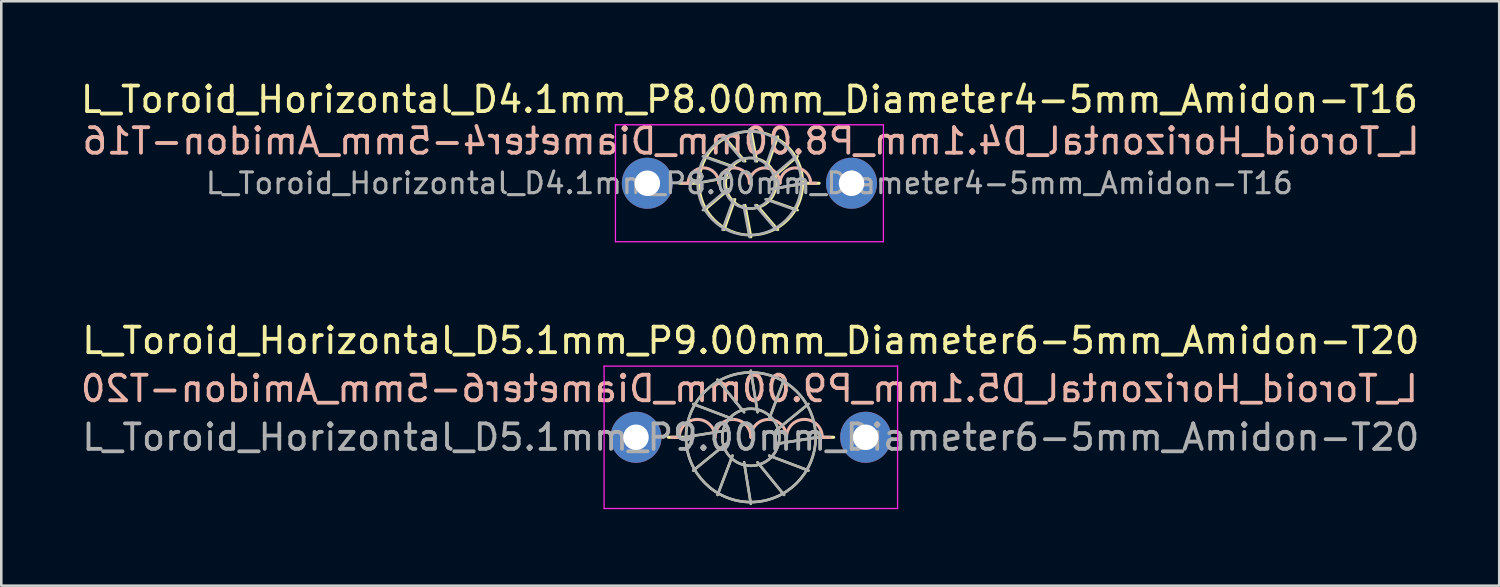
<source format=kicad_pcb>
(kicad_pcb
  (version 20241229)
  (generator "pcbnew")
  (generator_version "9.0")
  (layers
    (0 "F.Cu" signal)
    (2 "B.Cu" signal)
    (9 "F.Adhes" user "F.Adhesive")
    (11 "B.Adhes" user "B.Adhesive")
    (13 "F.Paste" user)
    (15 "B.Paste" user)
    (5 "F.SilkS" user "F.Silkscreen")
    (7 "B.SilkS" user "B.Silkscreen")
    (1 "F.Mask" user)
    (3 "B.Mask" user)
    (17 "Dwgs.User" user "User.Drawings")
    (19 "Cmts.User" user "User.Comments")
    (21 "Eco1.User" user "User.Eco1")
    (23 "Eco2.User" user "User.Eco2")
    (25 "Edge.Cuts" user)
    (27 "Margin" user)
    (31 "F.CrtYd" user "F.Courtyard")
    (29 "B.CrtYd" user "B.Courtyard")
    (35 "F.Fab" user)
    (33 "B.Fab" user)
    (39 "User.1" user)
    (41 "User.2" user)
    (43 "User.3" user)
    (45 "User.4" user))
  (footprint "L_Toroid_Horizontal_D5.1mm_P9.00mm_Diameter6-5mm_Amidon-T20"
    (layer "F.Cu")
    (at 21.87 14.084)
    (property "Reference" "L_Toroid_Horizontal_D5.1mm_P9.00mm_Diameter6-5mm_Amidon-T20" (at 4.5 -3.79 0) (layer "F.SilkS") (effects (font (size 1 1) (thickness 0.15))))
    (fp_line (start 1.893 0.000242) (end 1.27 0) (stroke (width 0.12) (type solid)) (layer "F.SilkS"))
    (fp_line (start 1.893 0.000242) (end 3.517 -0.263) (stroke (width 0.1) (type solid)) (layer "F.SilkS"))
    (fp_line (start 2.242 -1.303) (end 3.78 -0.719) (stroke (width 0.1) (type solid)) (layer "F.SilkS"))
    (fp_line (start 2.243 1.304) (end 3.517 0.263) (stroke (width 0.1) (type solid)) (layer "F.SilkS"))
    (fp_line (start 3.196 -2.257) (end 4.237 -0.983) (stroke (width 0.1) (type solid)) (layer "F.SilkS"))
    (fp_line (start 3.197 2.258) (end 3.781 0.72) (stroke (width 0.1) (type solid)) (layer "F.SilkS"))
    (fp_line (start 4.5 -2.607) (end 4.763 -0.983) (stroke (width 0.1) (type solid)) (layer "F.SilkS"))
    (fp_line (start 4.5 2.607) (end 4.237 0.983) (stroke (width 0.1) (type solid)) (layer "F.SilkS"))
    (fp_line (start 5.803 -2.258) (end 5.219 -0.72) (stroke (width 0.1) (type solid)) (layer "F.SilkS"))
    (fp_line (start 5.803 2.258) (end 4.763 0.983) (stroke (width 0.1) (type solid)) (layer "F.SilkS"))
    (fp_line (start 6.757 -1.304) (end 5.483 -0.264) (stroke (width 0.1) (type solid)) (layer "F.SilkS"))
    (fp_line (start 6.758 1.303) (end 5.22 0.72) (stroke (width 0.1) (type solid)) (layer "F.SilkS"))
    (fp_line (start 7.107 0) (end 5.483 0.263) (stroke (width 0.1) (type solid)) (layer "F.SilkS"))
    (fp_line (start 7.112 0) (end 7.747 0) (stroke (width 0.12) (type solid)) (layer "F.SilkS"))
    (fp_circle (center 4.5 0) (end 5.618 0) (stroke (width 0.1) (type solid)) (fill no) (layer "F.SilkS"))
    (fp_circle (center 4.5 0) (end 7.04 0) (stroke (width 0.1) (type solid)) (fill no) (layer "F.SilkS"))
    (fp_line (start 1.4 0) (end 1.7 0) (stroke (width 0.12) (type solid)) (layer "B.SilkS"))
    (fp_line (start 7.6 0) (end 7.3 0) (stroke (width 0.12) (type solid)) (layer "B.SilkS"))
    (fp_arc (start 1.7 0) (mid 2.4 -0.7) (end 3.1 0) (stroke (width 0.12) (type solid)) (layer "B.SilkS"))
    (fp_arc (start 3.1 0) (mid 3.8 -0.7) (end 4.5 0) (stroke (width 0.12) (type solid)) (layer "B.SilkS"))
    (fp_arc (start 4.5 0) (mid 5.2 -0.7) (end 5.9 0) (stroke (width 0.12) (type solid)) (layer "B.SilkS"))
    (fp_arc (start 5.9 0) (mid 6.6 -0.7) (end 7.3 0) (stroke (width 0.12) (type solid)) (layer "B.SilkS"))
    (fp_line (start -1.25 -2.79) (end -1.25 2.79) (stroke (width 0.05) (type solid)) (layer "F.CrtYd"))
    (fp_line (start -1.25 2.79) (end 10.25 2.79) (stroke (width 0.05) (type solid)) (layer "F.CrtYd"))
    (fp_line (start 10.25 -2.79) (end -1.25 -2.79) (stroke (width 0.05) (type solid)) (layer "F.CrtYd"))
    (fp_line (start 10.25 2.79) (end 10.25 -2.79) (stroke (width 0.05) (type solid)) (layer "F.CrtYd"))
    (fp_line (start 1.893 0.000242) (end 3.517 -0.263) (stroke (width 0.1) (type solid)) (layer "F.Fab"))
    (fp_line (start 2.242 -1.303) (end 3.78 -0.719) (stroke (width 0.1) (type solid)) (layer "F.Fab"))
    (fp_line (start 2.243 1.304) (end 3.517 0.263) (stroke (width 0.1) (type solid)) (layer "F.Fab"))
    (fp_line (start 3.196 -2.257) (end 4.237 -0.983) (stroke (width 0.1) (type solid)) (layer "F.Fab"))
    (fp_line (start 3.197 2.258) (end 3.781 0.72) (stroke (width 0.1) (type solid)) (layer "F.Fab"))
    (fp_line (start 4.5 -2.607) (end 4.763 -0.983) (stroke (width 0.1) (type solid)) (layer "F.Fab"))
    (fp_line (start 4.5 2.607) (end 4.237 0.983) (stroke (width 0.1) (type solid)) (layer "F.Fab"))
    (fp_line (start 5.803 -2.258) (end 5.219 -0.72) (stroke (width 0.1) (type solid)) (layer "F.Fab"))
    (fp_line (start 5.803 2.258) (end 4.763 0.983) (stroke (width 0.1) (type solid)) (layer "F.Fab"))
    (fp_line (start 6.757 -1.304) (end 5.483 -0.264) (stroke (width 0.1) (type solid)) (layer "F.Fab"))
    (fp_line (start 6.758 1.303) (end 5.22 0.72) (stroke (width 0.1) (type solid)) (layer "F.Fab"))
    (fp_line (start 7.107 -0.000483) (end 5.483 0.263) (stroke (width 0.1) (type solid)) (layer "F.Fab"))
    (fp_line (start 7.107 0) (end 5.483 0.263) (stroke (width 0.1) (type solid)) (layer "F.Fab"))
    (fp_circle (center 4.5 0) (end 5.618 0) (stroke (width 0.1) (type solid)) (fill no) (layer "F.Fab"))
    (fp_circle (center 4.5 0) (end 7.04 0) (stroke (width 0.1) (type solid)) (fill no) (layer "F.Fab"))
    (fp_text user "${REFERENCE}" (at 4.445 -1.905 0) (layer "B.SilkS") (effects (font (size 1 1) (thickness 0.15)) (justify mirror)))
    (fp_text user "${REFERENCE}" (at 4.5 0 0) (layer "F.Fab") (effects (font (size 1 1) (thickness 0.15))))
    (pad "1" thru_hole circle (at 0 0) (size 2 2) (drill 1) (layers "*.Cu" "*.Mask"))
    (pad "2" thru_hole circle (at 9 0) (size 2 2) (drill 1) (layers "*.Cu" "*.Mask")))
  (footprint "L_Toroid_Horizontal_D4.1mm_P8.00mm_Diameter4-5mm_Amidon-T16"
    (layer "F.Cu")
    (at 22.315 4.13)
    (property "Reference" "L_Toroid_Horizontal_D4.1mm_P8.00mm_Diameter4-5mm_Amidon-T16" (at 4 -3.282 0) (layer "F.SilkS") (effects (font (size 1 1) (thickness 0.15))))
    (fp_line (start 1.955 0.000195) (end 1.27 0) (stroke (width 0.12) (type solid)) (layer "F.SilkS"))
    (fp_line (start 1.955 0.000195) (end 3.206 -0.23) (stroke (width 0.1) (type solid)) (layer "F.SilkS"))
    (fp_line (start 2.237 -1.054) (end 3.436 -0.628) (stroke (width 0.1) (type solid)) (layer "F.SilkS"))
    (fp_line (start 2.238 1.055) (end 3.206 0.23) (stroke (width 0.1) (type solid)) (layer "F.SilkS"))
    (fp_line (start 3.009 -1.826) (end 3.834 -0.858) (stroke (width 0.1) (type solid)) (layer "F.SilkS"))
    (fp_line (start 3.01 1.826) (end 3.436 0.628) (stroke (width 0.1) (type solid)) (layer "F.SilkS"))
    (fp_line (start 4.064 -2.109) (end 4.294 -0.858) (stroke (width 0.1) (type solid)) (layer "F.SilkS"))
    (fp_line (start 4.064 2.109) (end 3.834 0.858) (stroke (width 0.1) (type solid)) (layer "F.SilkS"))
    (fp_line (start 5.118 -1.827) (end 4.692 -0.628) (stroke (width 0.1) (type solid)) (layer "F.SilkS"))
    (fp_line (start 5.119 1.826) (end 4.294 0.858) (stroke (width 0.1) (type solid)) (layer "F.SilkS"))
    (fp_line (start 5.89 -1.055) (end 4.922 -0.23) (stroke (width 0.1) (type solid)) (layer "F.SilkS"))
    (fp_line (start 5.89 1.054) (end 4.692 0.628) (stroke (width 0.1) (type solid)) (layer "F.SilkS"))
    (fp_line (start 6.173 0) (end 4.922 0.23) (stroke (width 0.1) (type solid)) (layer "F.SilkS"))
    (fp_line (start 6.173 0) (end 6.731 0) (stroke (width 0.12) (type solid)) (layer "F.SilkS"))
    (fp_circle (center 4.064 0) (end 5.055 0) (stroke (width 0.1) (type solid)) (fill no) (layer "F.SilkS"))
    (fp_circle (center 4.064 0) (end 6.096 0) (stroke (width 0.1) (type solid)) (fill no) (layer "F.SilkS"))
    (fp_line (start 1.4 0) (end 1.6 0) (stroke (width 0.12) (type solid)) (layer "B.SilkS"))
    (fp_line (start 6.6 0) (end 6.4 0) (stroke (width 0.12) (type solid)) (layer "B.SilkS"))
    (fp_arc (start 1.6 0) (mid 2.2 -0.6) (end 2.8 0) (stroke (width 0.12) (type solid)) (layer "B.SilkS"))
    (fp_arc (start 2.8 0) (mid 3.4 -0.6) (end 4 0) (stroke (width 0.12) (type solid)) (layer "B.SilkS"))
    (fp_arc (start 4 0) (mid 4.6 -0.6) (end 5.2 0) (stroke (width 0.12) (type solid)) (layer "B.SilkS"))
    (fp_arc (start 5.2 0) (mid 5.8 -0.6) (end 6.4 0) (stroke (width 0.12) (type solid)) (layer "B.SilkS"))
    (fp_line (start -1.25 -2.29) (end -1.25 2.29) (stroke (width 0.05) (type solid)) (layer "F.CrtYd"))
    (fp_line (start -1.25 2.29) (end 9.25 2.29) (stroke (width 0.05) (type solid)) (layer "F.CrtYd"))
    (fp_line (start 9.25 -2.29) (end -1.25 -2.29) (stroke (width 0.05) (type solid)) (layer "F.CrtYd"))
    (fp_line (start 9.25 2.29) (end 9.25 -2.29) (stroke (width 0.05) (type solid)) (layer "F.CrtYd"))
    (fp_line (start 1.891 0.000195) (end 3.142 -0.23) (stroke (width 0.1) (type solid)) (layer "F.Fab"))
    (fp_line (start 2.173 -1.054) (end 3.372 -0.628) (stroke (width 0.1) (type solid)) (layer "F.Fab"))
    (fp_line (start 2.174 1.055) (end 3.142 0.23) (stroke (width 0.1) (type solid)) (layer "F.Fab"))
    (fp_line (start 2.945 -1.826) (end 3.77 -0.858) (stroke (width 0.1) (type solid)) (layer "F.Fab"))
    (fp_line (start 2.946 1.826) (end 3.372 0.628) (stroke (width 0.1) (type solid)) (layer "F.Fab"))
    (fp_line (start 4 -2.109) (end 4.23 -0.858) (stroke (width 0.1) (type solid)) (layer "F.Fab"))
    (fp_line (start 4 2.109) (end 3.77 0.858) (stroke (width 0.1) (type solid)) (layer "F.Fab"))
    (fp_line (start 5.054 -1.827) (end 4.628 -0.628) (stroke (width 0.1) (type solid)) (layer "F.Fab"))
    (fp_line (start 5.055 1.826) (end 4.23 0.858) (stroke (width 0.1) (type solid)) (layer "F.Fab"))
    (fp_line (start 5.826 -1.055) (end 4.858 -0.23) (stroke (width 0.1) (type solid)) (layer "F.Fab"))
    (fp_line (start 5.826 1.054) (end 4.628 0.628) (stroke (width 0.1) (type solid)) (layer "F.Fab"))
    (fp_line (start 6.109 -0.000391) (end 4.858 0.23) (stroke (width 0.1) (type solid)) (layer "F.Fab"))
    (fp_line (start 6.109 0) (end 4.858 0.23) (stroke (width 0.1) (type solid)) (layer "F.Fab"))
    (fp_circle (center 4 0) (end 4.991 0) (stroke (width 0.1) (type solid)) (fill no) (layer "F.Fab"))
    (fp_circle (center 4 0) (end 6.032 0) (stroke (width 0.1) (type solid)) (fill no) (layer "F.Fab"))
    (fp_text user "${REFERENCE}" (at 4.064 -1.651 0) (layer "B.SilkS") (effects (font (size 1 1) (thickness 0.15)) (justify mirror)))
    (fp_text user "${REFERENCE}" (at 4 0 0) (layer "F.Fab") (effects (font (size 0.813 0.813) (thickness 0.122))))
    (pad "1" thru_hole circle (at 0 0) (size 2 2) (drill 1) (layers "*.Cu" "*.Mask"))
    (pad "2" thru_hole circle (at 8 0) (size 2 2) (drill 1) (layers "*.Cu" "*.Mask")))
  (gr_rect
    (start -3 -3)
    (end 55.695 19.898)
    (stroke (width 0.1) (type default))
    (fill no)
    (layer "Edge.Cuts")))
</source>
